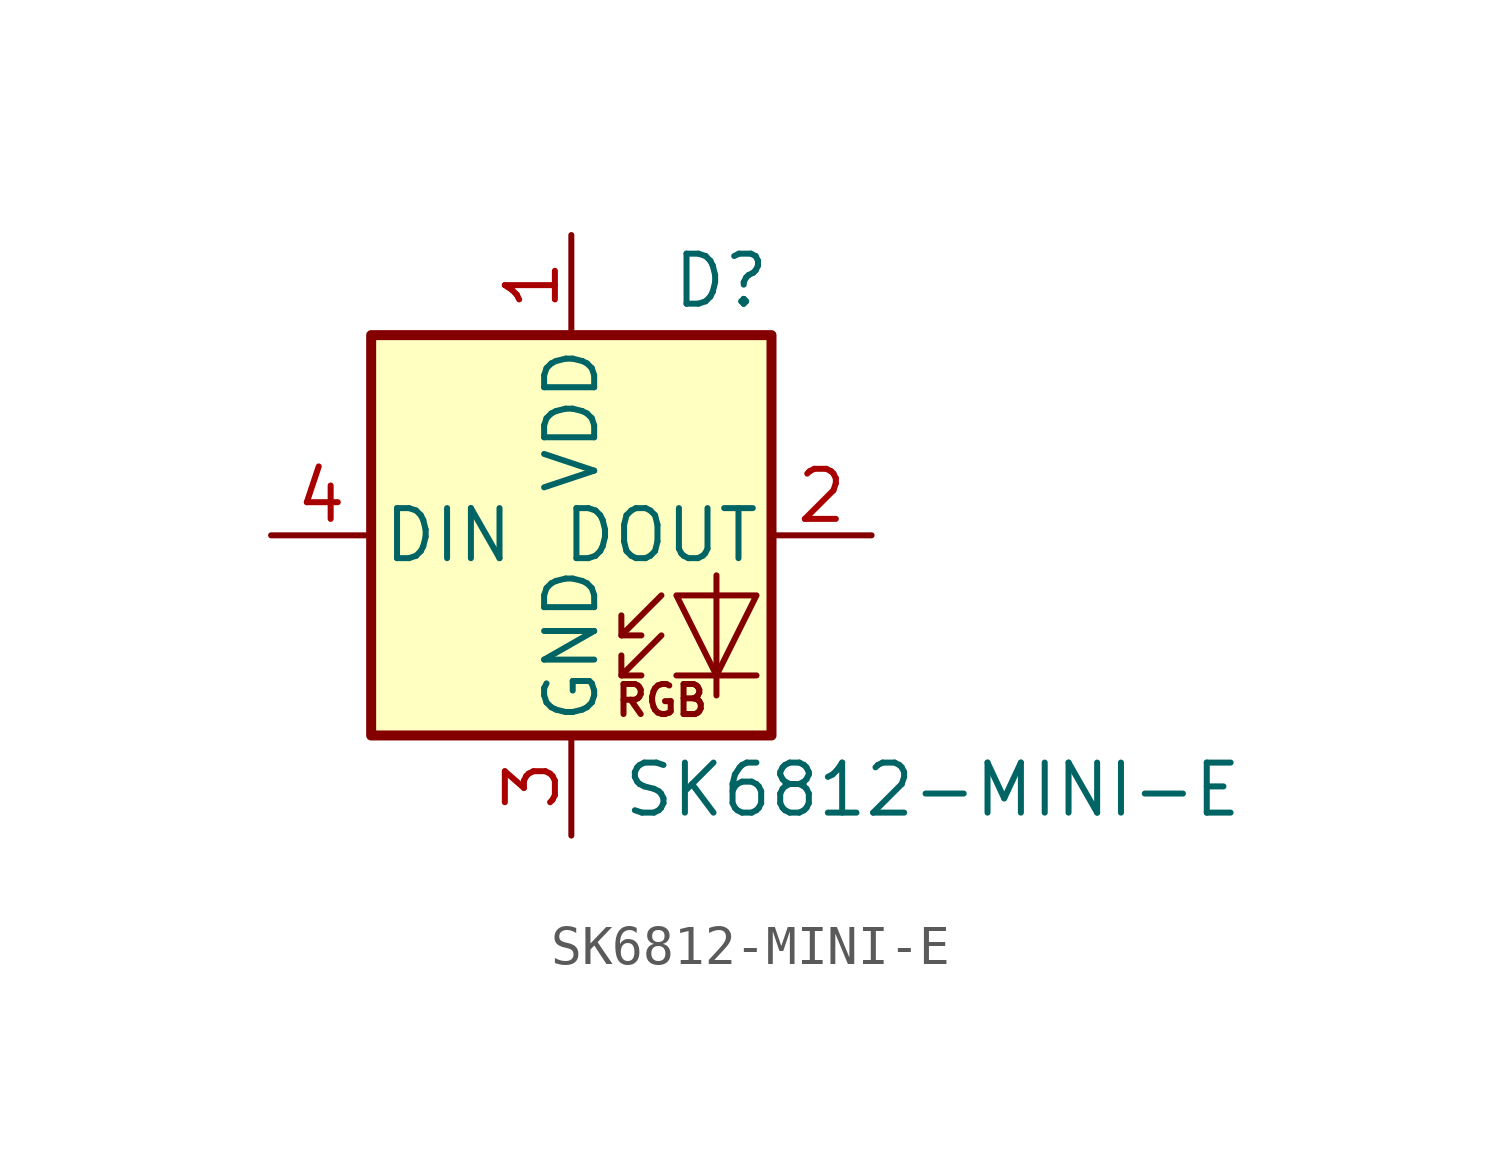
<source format=kicad_sym>
(kicad_symbol_lib
  (version 20220914)
  (generator kicad_symbol_editor)
  (symbol "SK6812-MINI-E"
    (pin_names
      (offset 0.254))
    (property "Reference" "D"
      (at 5.08 5.715 0)
      (effects (font (size 1.27 1.27)) (justify right bottom)))
    (property "Value" "SK6812-MINI-E"
      (at 1.27 -5.715 0)
      (effects (font (size 1.27 1.27)) (justify left top)))
    (symbol "SK6812-MINI-E_0_0"
      (text "RGB" (at 2.286 -4.191 0) (effects (font (size 0.762 0.762)))))
    (symbol "SK6812-MINI-E_0_1"
      (polyline (pts (xy 1.27 -3.556) (xy 1.778 -3.556)) (stroke (width 0) (type default)) (fill (type none)))
      (polyline (pts (xy 1.27 -2.54) (xy 1.778 -2.54)) (stroke (width 0) (type default)) (fill (type none)))
      (polyline (pts (xy 4.699 -3.556) (xy 2.667 -3.556)) (stroke (width 0) (type default)) (fill (type none)))
      (polyline (pts (xy 2.286 -2.54) (xy 1.27 -3.556) (xy 1.27 -3.048)) (stroke (width 0) (type default)) (fill (type none)))
      (polyline (pts (xy 2.286 -1.524) (xy 1.27 -2.54) (xy 1.27 -2.032)) (stroke (width 0) (type default)) (fill (type none)))
      (polyline (pts (xy 3.683 -1.016) (xy 3.683 -3.556) (xy 3.683 -4.064)) (stroke (width 0) (type default)) (fill (type none)))
      (polyline (pts (xy 4.699 -1.524) (xy 2.667 -1.524) (xy 3.683 -3.556) (xy 4.699 -1.524)) (stroke (width 0) (type default)) (fill (type none)))
      (rectangle (start 5.08 5.08) (end -5.08 -5.08) (stroke (width 0.254) (type default)) (fill (type background))))
    (symbol "SK6812-MINI-E_1_1"
      (pin power_in line (at 0 7.62 270) (length 2.54) (name "VDD" (effects (font (size 1.27 1.27)))) (number "1" (effects (font (size 1.27 1.27)))))
      (pin output line (at 7.62 0 180) (length 2.54) (name "DOUT" (effects (font (size 1.27 1.27)))) (number "2" (effects (font (size 1.27 1.27)))))
      (pin power_in line (at 0 -7.62 90) (length 2.54) (name "GND" (effects (font (size 1.27 1.27)))) (number "3" (effects (font (size 1.27 1.27)))))
      (pin input line (at -7.62 0 0) (length 2.54) (name "DIN" (effects (font (size 1.27 1.27)))) (number "4" (effects (font (size 1.27 1.27))))))))
</source>
